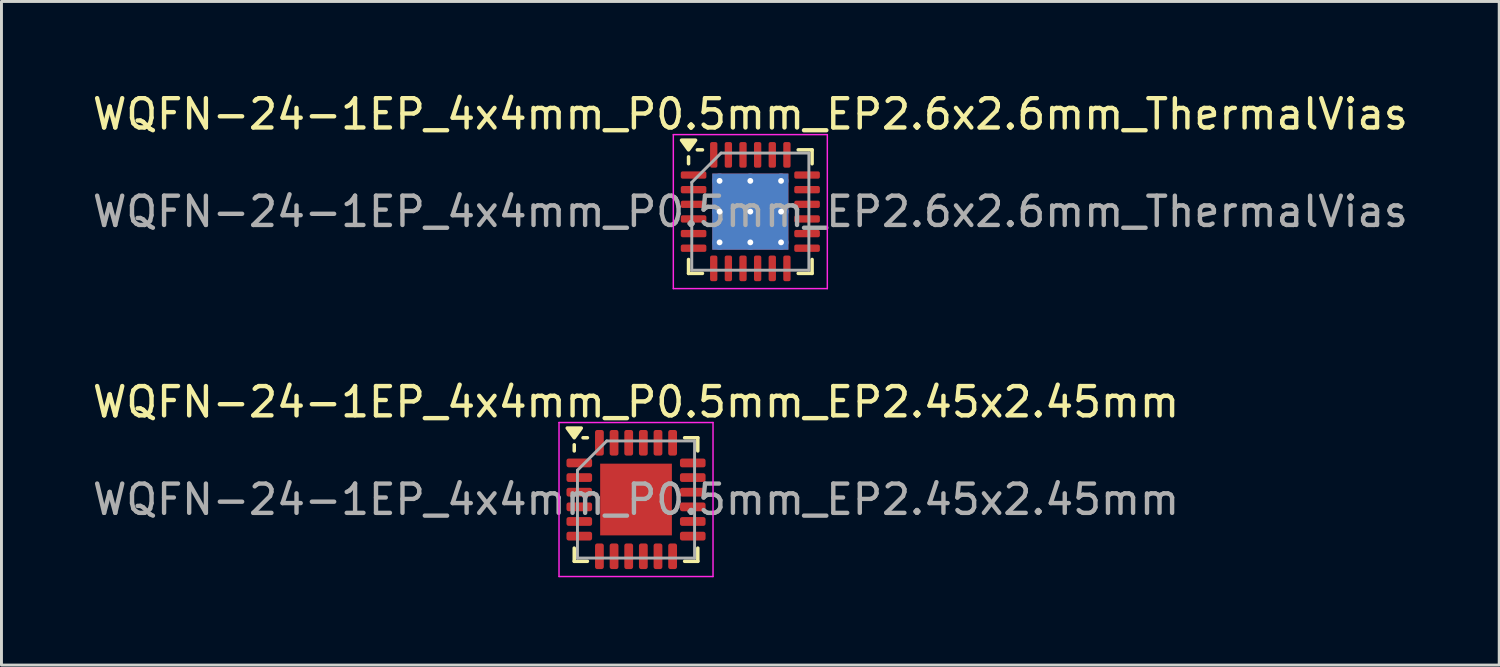
<source format=kicad_pcb>
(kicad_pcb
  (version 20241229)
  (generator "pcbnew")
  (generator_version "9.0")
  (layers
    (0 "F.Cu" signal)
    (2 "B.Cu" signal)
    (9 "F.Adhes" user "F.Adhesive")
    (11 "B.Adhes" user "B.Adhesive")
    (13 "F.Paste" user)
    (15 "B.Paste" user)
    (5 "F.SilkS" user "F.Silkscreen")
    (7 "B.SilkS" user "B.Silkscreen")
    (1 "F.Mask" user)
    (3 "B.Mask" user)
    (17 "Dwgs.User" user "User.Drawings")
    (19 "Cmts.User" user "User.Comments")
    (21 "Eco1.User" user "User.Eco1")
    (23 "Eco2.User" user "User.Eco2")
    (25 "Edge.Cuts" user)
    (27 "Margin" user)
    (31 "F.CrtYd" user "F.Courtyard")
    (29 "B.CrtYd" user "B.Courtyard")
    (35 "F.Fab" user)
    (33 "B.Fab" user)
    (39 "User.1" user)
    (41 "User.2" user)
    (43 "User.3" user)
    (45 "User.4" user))
  (footprint "WQFN-24-1EP_4x4mm_P0.5mm_EP2.6x2.6mm_ThermalVias"
    (layer "F.Cu")
    (at 22.577 4.178)
    (property "Reference" "WQFN-24-1EP_4x4mm_P0.5mm_EP2.6x2.6mm_ThermalVias" (at 0 -3.33 0) (layer "F.SilkS") (effects (font (size 1 1) (thickness 0.15))))
    (attr smd)
    (fp_line (start -2.11 -1.635) (end -2.11 -1.87) (stroke (width 0.12) (type solid)) (layer "F.SilkS"))
    (fp_line (start -2.11 2.11) (end -2.11 1.635) (stroke (width 0.12) (type solid)) (layer "F.SilkS"))
    (fp_line (start -1.635 -2.11) (end -1.81 -2.11) (stroke (width 0.12) (type solid)) (layer "F.SilkS"))
    (fp_line (start -1.635 2.11) (end -2.11 2.11) (stroke (width 0.12) (type solid)) (layer "F.SilkS"))
    (fp_line (start 1.635 -2.11) (end 2.11 -2.11) (stroke (width 0.12) (type solid)) (layer "F.SilkS"))
    (fp_line (start 1.635 2.11) (end 2.11 2.11) (stroke (width 0.12) (type solid)) (layer "F.SilkS"))
    (fp_line (start 2.11 -2.11) (end 2.11 -1.635) (stroke (width 0.12) (type solid)) (layer "F.SilkS"))
    (fp_line (start 2.11 2.11) (end 2.11 1.635) (stroke (width 0.12) (type solid)) (layer "F.SilkS"))
    (fp_poly (pts (xy -2.11 -2.11) (xy -2.35 -2.44) (xy -1.87 -2.44) (xy -2.11 -2.11)) (stroke (width 0.12) (type solid)) (fill yes) (layer "F.SilkS"))
    (fp_line (start -2.63 -2.63) (end -2.63 2.63) (stroke (width 0.05) (type solid)) (layer "F.CrtYd"))
    (fp_line (start -2.63 2.63) (end 2.63 2.63) (stroke (width 0.05) (type solid)) (layer "F.CrtYd"))
    (fp_line (start 2.63 -2.63) (end -2.63 -2.63) (stroke (width 0.05) (type solid)) (layer "F.CrtYd"))
    (fp_line (start 2.63 2.63) (end 2.63 -2.63) (stroke (width 0.05) (type solid)) (layer "F.CrtYd"))
    (fp_line (start -2 -1) (end -1 -2) (stroke (width 0.1) (type solid)) (layer "F.Fab"))
    (fp_line (start -2 2) (end -2 -1) (stroke (width 0.1) (type solid)) (layer "F.Fab"))
    (fp_line (start -1 -2) (end 2 -2) (stroke (width 0.1) (type solid)) (layer "F.Fab"))
    (fp_line (start 2 -2) (end 2 2) (stroke (width 0.1) (type solid)) (layer "F.Fab"))
    (fp_line (start 2 2) (end -2 2) (stroke (width 0.1) (type solid)) (layer "F.Fab"))
    (fp_text user "${REFERENCE}" (at 0 0 0) (layer "F.Fab") (effects (font (size 1 1) (thickness 0.15))))
    (pad "" smd roundrect (at -0.65 -0.65) (size 1.13 1.13) (layers "F.Paste") (roundrect_rratio 0.221))
    (pad "" smd roundrect (at -0.65 0.65) (size 1.13 1.13) (layers "F.Paste") (roundrect_rratio 0.221))
    (pad "" smd roundrect (at 0.65 -0.65) (size 1.13 1.13) (layers "F.Paste") (roundrect_rratio 0.221))
    (pad "" smd roundrect (at 0.65 0.65) (size 1.13 1.13) (layers "F.Paste") (roundrect_rratio 0.221))
    (pad "1" smd roundrect (at -1.938 -1.25) (size 0.875 0.25) (layers "F.Cu" "F.Mask" "F.Paste") (roundrect_rratio 0.25))
    (pad "2" smd roundrect (at -1.938 -0.75) (size 0.875 0.25) (layers "F.Cu" "F.Mask" "F.Paste") (roundrect_rratio 0.25))
    (pad "3" smd roundrect (at -1.938 -0.25) (size 0.875 0.25) (layers "F.Cu" "F.Mask" "F.Paste") (roundrect_rratio 0.25))
    (pad "4" smd roundrect (at -1.938 0.25) (size 0.875 0.25) (layers "F.Cu" "F.Mask" "F.Paste") (roundrect_rratio 0.25))
    (pad "5" smd roundrect (at -1.938 0.75) (size 0.875 0.25) (layers "F.Cu" "F.Mask" "F.Paste") (roundrect_rratio 0.25))
    (pad "6" smd roundrect (at -1.938 1.25) (size 0.875 0.25) (layers "F.Cu" "F.Mask" "F.Paste") (roundrect_rratio 0.25))
    (pad "7" smd roundrect (at -1.25 1.938) (size 0.25 0.875) (layers "F.Cu" "F.Mask" "F.Paste") (roundrect_rratio 0.25))
    (pad "8" smd roundrect (at -0.75 1.938) (size 0.25 0.875) (layers "F.Cu" "F.Mask" "F.Paste") (roundrect_rratio 0.25))
    (pad "9" smd roundrect (at -0.25 1.938) (size 0.25 0.875) (layers "F.Cu" "F.Mask" "F.Paste") (roundrect_rratio 0.25))
    (pad "10" smd roundrect (at 0.25 1.938) (size 0.25 0.875) (layers "F.Cu" "F.Mask" "F.Paste") (roundrect_rratio 0.25))
    (pad "11" smd roundrect (at 0.75 1.938) (size 0.25 0.875) (layers "F.Cu" "F.Mask" "F.Paste") (roundrect_rratio 0.25))
    (pad "12" smd roundrect (at 1.25 1.938) (size 0.25 0.875) (layers "F.Cu" "F.Mask" "F.Paste") (roundrect_rratio 0.25))
    (pad "13" smd roundrect (at 1.938 1.25) (size 0.875 0.25) (layers "F.Cu" "F.Mask" "F.Paste") (roundrect_rratio 0.25))
    (pad "14" smd roundrect (at 1.938 0.75) (size 0.875 0.25) (layers "F.Cu" "F.Mask" "F.Paste") (roundrect_rratio 0.25))
    (pad "15" smd roundrect (at 1.938 0.25) (size 0.875 0.25) (layers "F.Cu" "F.Mask" "F.Paste") (roundrect_rratio 0.25))
    (pad "16" smd roundrect (at 1.938 -0.25) (size 0.875 0.25) (layers "F.Cu" "F.Mask" "F.Paste") (roundrect_rratio 0.25))
    (pad "17" smd roundrect (at 1.938 -0.75) (size 0.875 0.25) (layers "F.Cu" "F.Mask" "F.Paste") (roundrect_rratio 0.25))
    (pad "18" smd roundrect (at 1.938 -1.25) (size 0.875 0.25) (layers "F.Cu" "F.Mask" "F.Paste") (roundrect_rratio 0.25))
    (pad "19" smd roundrect (at 1.25 -1.938) (size 0.25 0.875) (layers "F.Cu" "F.Mask" "F.Paste") (roundrect_rratio 0.25))
    (pad "20" smd roundrect (at 0.75 -1.938) (size 0.25 0.875) (layers "F.Cu" "F.Mask" "F.Paste") (roundrect_rratio 0.25))
    (pad "21" smd roundrect (at 0.25 -1.938) (size 0.25 0.875) (layers "F.Cu" "F.Mask" "F.Paste") (roundrect_rratio 0.25))
    (pad "22" smd roundrect (at -0.25 -1.938) (size 0.25 0.875) (layers "F.Cu" "F.Mask" "F.Paste") (roundrect_rratio 0.25))
    (pad "23" smd roundrect (at -0.75 -1.938) (size 0.25 0.875) (layers "F.Cu" "F.Mask" "F.Paste") (roundrect_rratio 0.25))
    (pad "24" smd roundrect (at -1.25 -1.938) (size 0.25 0.875) (layers "F.Cu" "F.Mask" "F.Paste") (roundrect_rratio 0.25))
    (pad "25" thru_hole circle (at -1.05 -1.05) (size 0.5 0.5) (drill 0.2) (property pad_prop_heatsink) (layers "*.Cu"))
    (pad "25" thru_hole circle (at -1.05 0) (size 0.5 0.5) (drill 0.2) (property pad_prop_heatsink) (layers "*.Cu"))
    (pad "25" thru_hole circle (at -1.05 1.05) (size 0.5 0.5) (drill 0.2) (property pad_prop_heatsink) (layers "*.Cu"))
    (pad "25" thru_hole circle (at 0 -1.05) (size 0.5 0.5) (drill 0.2) (property pad_prop_heatsink) (layers "*.Cu"))
    (pad "25" thru_hole circle (at 0 0) (size 0.5 0.5) (drill 0.2) (property pad_prop_heatsink) (layers "*.Cu"))
    (pad "25" smd rect (at 0 0) (size 2.6 2.6) (property pad_prop_heatsink) (layers "F.Cu" "F.Mask"))
    (pad "25" smd rect (at 0 0) (size 2.6 2.6) (property pad_prop_heatsink) (layers "B.Cu"))
    (pad "25" thru_hole circle (at 0 1.05) (size 0.5 0.5) (drill 0.2) (property pad_prop_heatsink) (layers "*.Cu"))
    (pad "25" thru_hole circle (at 1.05 -1.05) (size 0.5 0.5) (drill 0.2) (property pad_prop_heatsink) (layers "*.Cu"))
    (pad "25" thru_hole circle (at 1.05 0) (size 0.5 0.5) (drill 0.2) (property pad_prop_heatsink) (layers "*.Cu"))
    (pad "25" thru_hole circle (at 1.05 1.05) (size 0.5 0.5) (drill 0.2) (property pad_prop_heatsink) (layers "*.Cu")))
  (footprint "WQFN-24-1EP_4x4mm_P0.5mm_EP2.45x2.45mm"
    (layer "F.Cu")
    (at 18.673 14.011)
    (property "Reference" "WQFN-24-1EP_4x4mm_P0.5mm_EP2.45x2.45mm" (at 0 -3.33 0) (layer "F.SilkS") (effects (font (size 1 1) (thickness 0.15))))
    (attr smd)
    (fp_line (start -2.11 -1.66) (end -2.11 -1.87) (stroke (width 0.12) (type solid)) (layer "F.SilkS"))
    (fp_line (start -2.11 2.11) (end -2.11 1.66) (stroke (width 0.12) (type solid)) (layer "F.SilkS"))
    (fp_line (start -1.66 -2.11) (end -1.81 -2.11) (stroke (width 0.12) (type solid)) (layer "F.SilkS"))
    (fp_line (start -1.66 2.11) (end -2.11 2.11) (stroke (width 0.12) (type solid)) (layer "F.SilkS"))
    (fp_line (start 1.66 -2.11) (end 2.11 -2.11) (stroke (width 0.12) (type solid)) (layer "F.SilkS"))
    (fp_line (start 1.66 2.11) (end 2.11 2.11) (stroke (width 0.12) (type solid)) (layer "F.SilkS"))
    (fp_line (start 2.11 -2.11) (end 2.11 -1.66) (stroke (width 0.12) (type solid)) (layer "F.SilkS"))
    (fp_line (start 2.11 2.11) (end 2.11 1.66) (stroke (width 0.12) (type solid)) (layer "F.SilkS"))
    (fp_poly (pts (xy -2.11 -2.11) (xy -2.35 -2.44) (xy -1.87 -2.44) (xy -2.11 -2.11)) (stroke (width 0.12) (type solid)) (fill yes) (layer "F.SilkS"))
    (fp_line (start -2.63 -2.63) (end -2.63 2.63) (stroke (width 0.05) (type solid)) (layer "F.CrtYd"))
    (fp_line (start -2.63 2.63) (end 2.63 2.63) (stroke (width 0.05) (type solid)) (layer "F.CrtYd"))
    (fp_line (start 2.63 -2.63) (end -2.63 -2.63) (stroke (width 0.05) (type solid)) (layer "F.CrtYd"))
    (fp_line (start 2.63 2.63) (end 2.63 -2.63) (stroke (width 0.05) (type solid)) (layer "F.CrtYd"))
    (fp_line (start -2 -1) (end -1 -2) (stroke (width 0.1) (type solid)) (layer "F.Fab"))
    (fp_line (start -2 2) (end -2 -1) (stroke (width 0.1) (type solid)) (layer "F.Fab"))
    (fp_line (start -1 -2) (end 2 -2) (stroke (width 0.1) (type solid)) (layer "F.Fab"))
    (fp_line (start 2 -2) (end 2 2) (stroke (width 0.1) (type solid)) (layer "F.Fab"))
    (fp_line (start 2 2) (end -2 2) (stroke (width 0.1) (type solid)) (layer "F.Fab"))
    (fp_text user "${REFERENCE}" (at 0 0 0) (layer "F.Fab") (effects (font (size 1 1) (thickness 0.15))))
    (pad "" smd roundrect (at -0.61 -0.61) (size 0.99 0.99) (layers "F.Paste") (roundrect_rratio 0.25))
    (pad "" smd roundrect (at -0.61 0.61) (size 0.99 0.99) (layers "F.Paste") (roundrect_rratio 0.25))
    (pad "" smd roundrect (at 0.61 -0.61) (size 0.99 0.99) (layers "F.Paste") (roundrect_rratio 0.25))
    (pad "" smd roundrect (at 0.61 0.61) (size 0.99 0.99) (layers "F.Paste") (roundrect_rratio 0.25))
    (pad "1" smd roundrect (at -1.938 -1.25) (size 0.875 0.3) (layers "F.Cu" "F.Mask" "F.Paste") (roundrect_rratio 0.25))
    (pad "2" smd roundrect (at -1.938 -0.75) (size 0.875 0.3) (layers "F.Cu" "F.Mask" "F.Paste") (roundrect_rratio 0.25))
    (pad "3" smd roundrect (at -1.938 -0.25) (size 0.875 0.3) (layers "F.Cu" "F.Mask" "F.Paste") (roundrect_rratio 0.25))
    (pad "4" smd roundrect (at -1.938 0.25) (size 0.875 0.3) (layers "F.Cu" "F.Mask" "F.Paste") (roundrect_rratio 0.25))
    (pad "5" smd roundrect (at -1.938 0.75) (size 0.875 0.3) (layers "F.Cu" "F.Mask" "F.Paste") (roundrect_rratio 0.25))
    (pad "6" smd roundrect (at -1.938 1.25) (size 0.875 0.3) (layers "F.Cu" "F.Mask" "F.Paste") (roundrect_rratio 0.25))
    (pad "7" smd roundrect (at -1.25 1.938) (size 0.3 0.875) (layers "F.Cu" "F.Mask" "F.Paste") (roundrect_rratio 0.25))
    (pad "8" smd roundrect (at -0.75 1.938) (size 0.3 0.875) (layers "F.Cu" "F.Mask" "F.Paste") (roundrect_rratio 0.25))
    (pad "9" smd roundrect (at -0.25 1.938) (size 0.3 0.875) (layers "F.Cu" "F.Mask" "F.Paste") (roundrect_rratio 0.25))
    (pad "10" smd roundrect (at 0.25 1.938) (size 0.3 0.875) (layers "F.Cu" "F.Mask" "F.Paste") (roundrect_rratio 0.25))
    (pad "11" smd roundrect (at 0.75 1.938) (size 0.3 0.875) (layers "F.Cu" "F.Mask" "F.Paste") (roundrect_rratio 0.25))
    (pad "12" smd roundrect (at 1.25 1.938) (size 0.3 0.875) (layers "F.Cu" "F.Mask" "F.Paste") (roundrect_rratio 0.25))
    (pad "13" smd roundrect (at 1.938 1.25) (size 0.875 0.3) (layers "F.Cu" "F.Mask" "F.Paste") (roundrect_rratio 0.25))
    (pad "14" smd roundrect (at 1.938 0.75) (size 0.875 0.3) (layers "F.Cu" "F.Mask" "F.Paste") (roundrect_rratio 0.25))
    (pad "15" smd roundrect (at 1.938 0.25) (size 0.875 0.3) (layers "F.Cu" "F.Mask" "F.Paste") (roundrect_rratio 0.25))
    (pad "16" smd roundrect (at 1.938 -0.25) (size 0.875 0.3) (layers "F.Cu" "F.Mask" "F.Paste") (roundrect_rratio 0.25))
    (pad "17" smd roundrect (at 1.938 -0.75) (size 0.875 0.3) (layers "F.Cu" "F.Mask" "F.Paste") (roundrect_rratio 0.25))
    (pad "18" smd roundrect (at 1.938 -1.25) (size 0.875 0.3) (layers "F.Cu" "F.Mask" "F.Paste") (roundrect_rratio 0.25))
    (pad "19" smd roundrect (at 1.25 -1.938) (size 0.3 0.875) (layers "F.Cu" "F.Mask" "F.Paste") (roundrect_rratio 0.25))
    (pad "20" smd roundrect (at 0.75 -1.938) (size 0.3 0.875) (layers "F.Cu" "F.Mask" "F.Paste") (roundrect_rratio 0.25))
    (pad "21" smd roundrect (at 0.25 -1.938) (size 0.3 0.875) (layers "F.Cu" "F.Mask" "F.Paste") (roundrect_rratio 0.25))
    (pad "22" smd roundrect (at -0.25 -1.938) (size 0.3 0.875) (layers "F.Cu" "F.Mask" "F.Paste") (roundrect_rratio 0.25))
    (pad "23" smd roundrect (at -0.75 -1.938) (size 0.3 0.875) (layers "F.Cu" "F.Mask" "F.Paste") (roundrect_rratio 0.25))
    (pad "24" smd roundrect (at -1.25 -1.938) (size 0.3 0.875) (layers "F.Cu" "F.Mask" "F.Paste") (roundrect_rratio 0.25))
    (pad "25" smd rect (at 0 0) (size 2.45 2.45) (property pad_prop_heatsink) (layers "F.Cu" "F.Mask")))
  (gr_rect
    (start -3 -3)
    (end 48.155 19.666)
    (stroke (width 0.1) (type default))
    (fill no)
    (layer "Edge.Cuts")))
</source>
